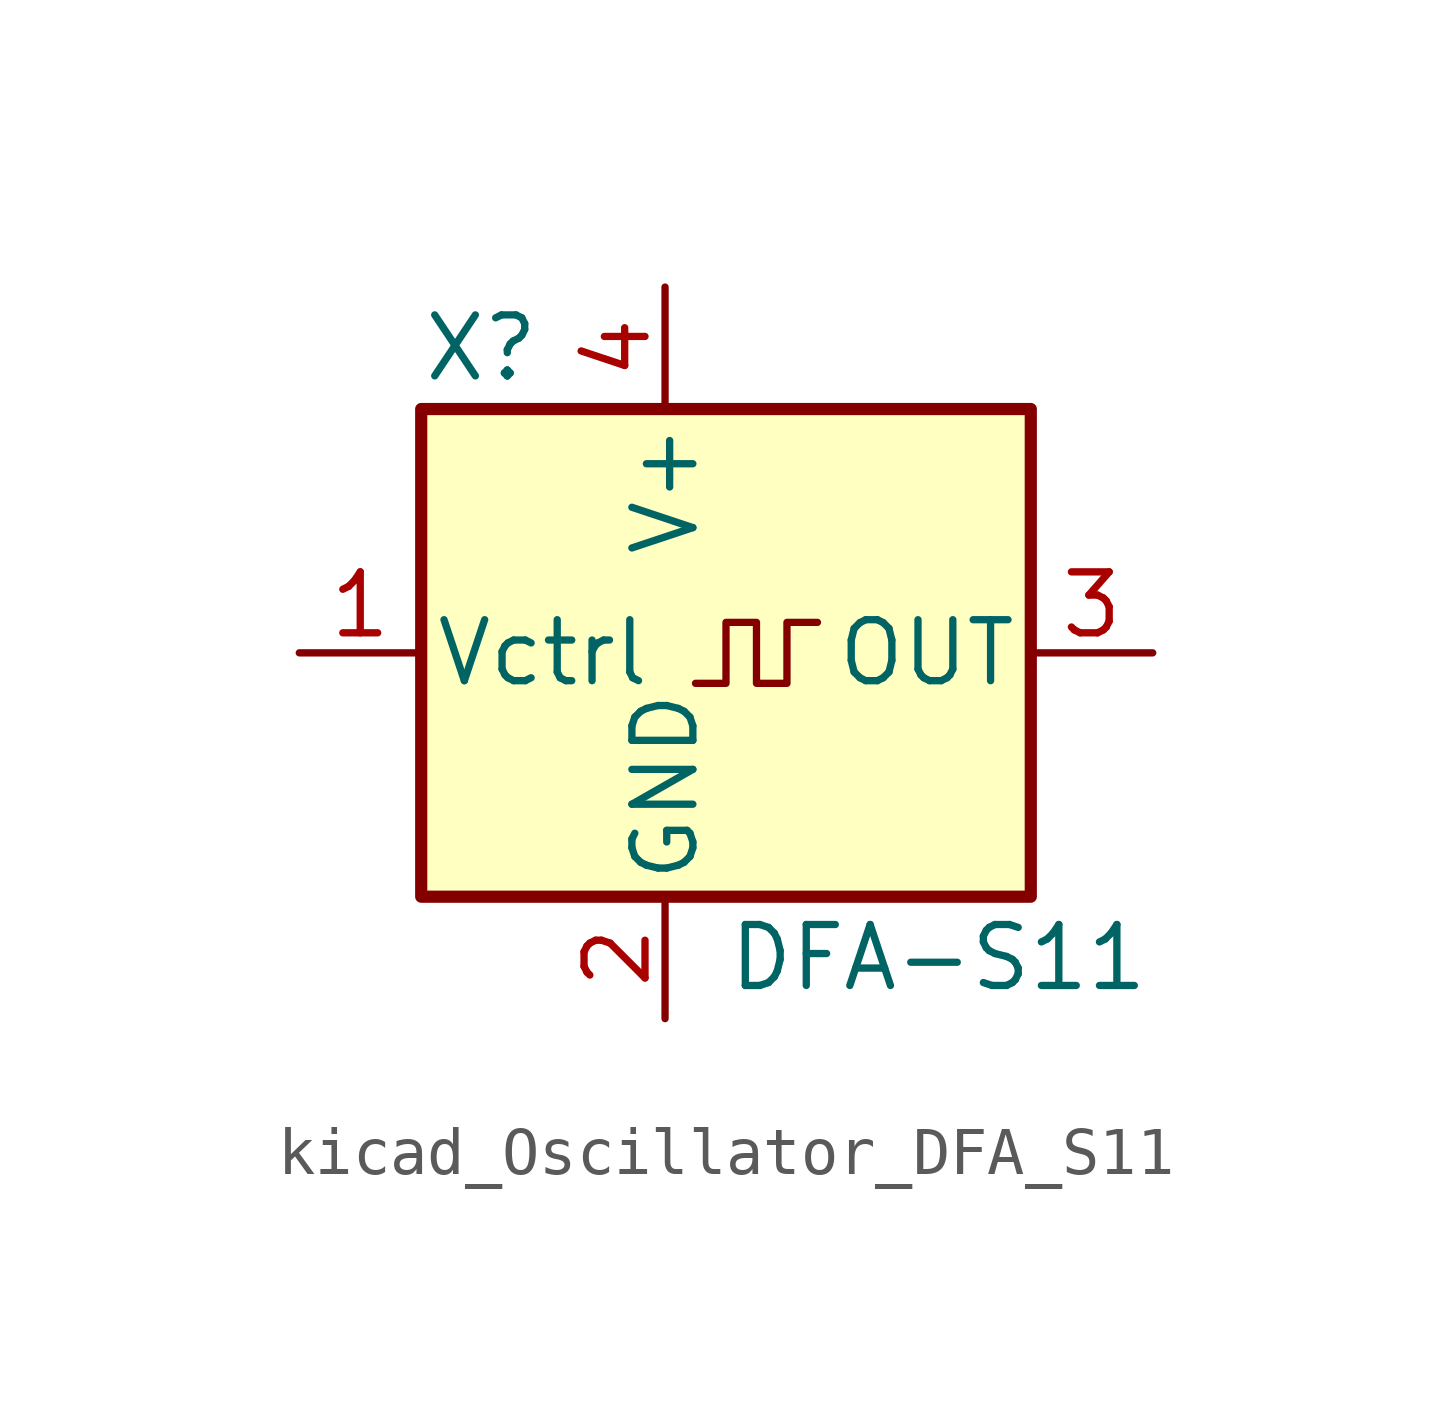
<source format=kicad_sym>
(kicad_symbol_lib
  (version 20220914)
  (generator kicad_symbol_editor)
  (symbol "kicad_Oscillator_DFA_S11"
    (pin_names
      (offset 0.254))
    (property "Reference" "X"
      (at -5.08 6.35 0)
      (effects (font (size 1.27 1.27)) (justify left)))
    (property "Value" "DFA-S11"
      (at 1.27 -6.35 0)
      (effects (font (size 1.27 1.27)) (justify left)))
    (symbol "kicad_Oscillator_DFA_S11_0_1"
      (rectangle (start -5.08 5.08) (end 7.62 -5.08) (stroke (width 0.254) (type default)) (fill (type background)))
      (polyline (pts (xy 0.635 -0.635) (xy 1.27 -0.635) (xy 1.27 0.635) (xy 1.905 0.635) (xy 1.905 -0.635) (xy 2.54 -0.635) (xy 2.54 0.635) (xy 3.175 0.635)) (stroke (width 0) (type default)) (fill (type none))))
    (symbol "kicad_Oscillator_DFA_S11_1_1"
      (pin input line (at -7.62 0 0) (length 2.54) (name "Vctrl" (effects (font (size 1.27 1.27)))) (number "1" (effects (font (size 1.27 1.27)))))
      (pin power_in line (at 0 -7.62 90) (length 2.54) (name "GND" (effects (font (size 1.27 1.27)))) (number "2" (effects (font (size 1.27 1.27)))))
      (pin output line (at 10.16 0 180) (length 2.54) (name "OUT" (effects (font (size 1.27 1.27)))) (number "3" (effects (font (size 1.27 1.27)))))
      (pin power_in line (at 0 7.62 270) (length 2.54) (name "V+" (effects (font (size 1.27 1.27)))) (number "4" (effects (font (size 1.27 1.27))))))))
</source>
